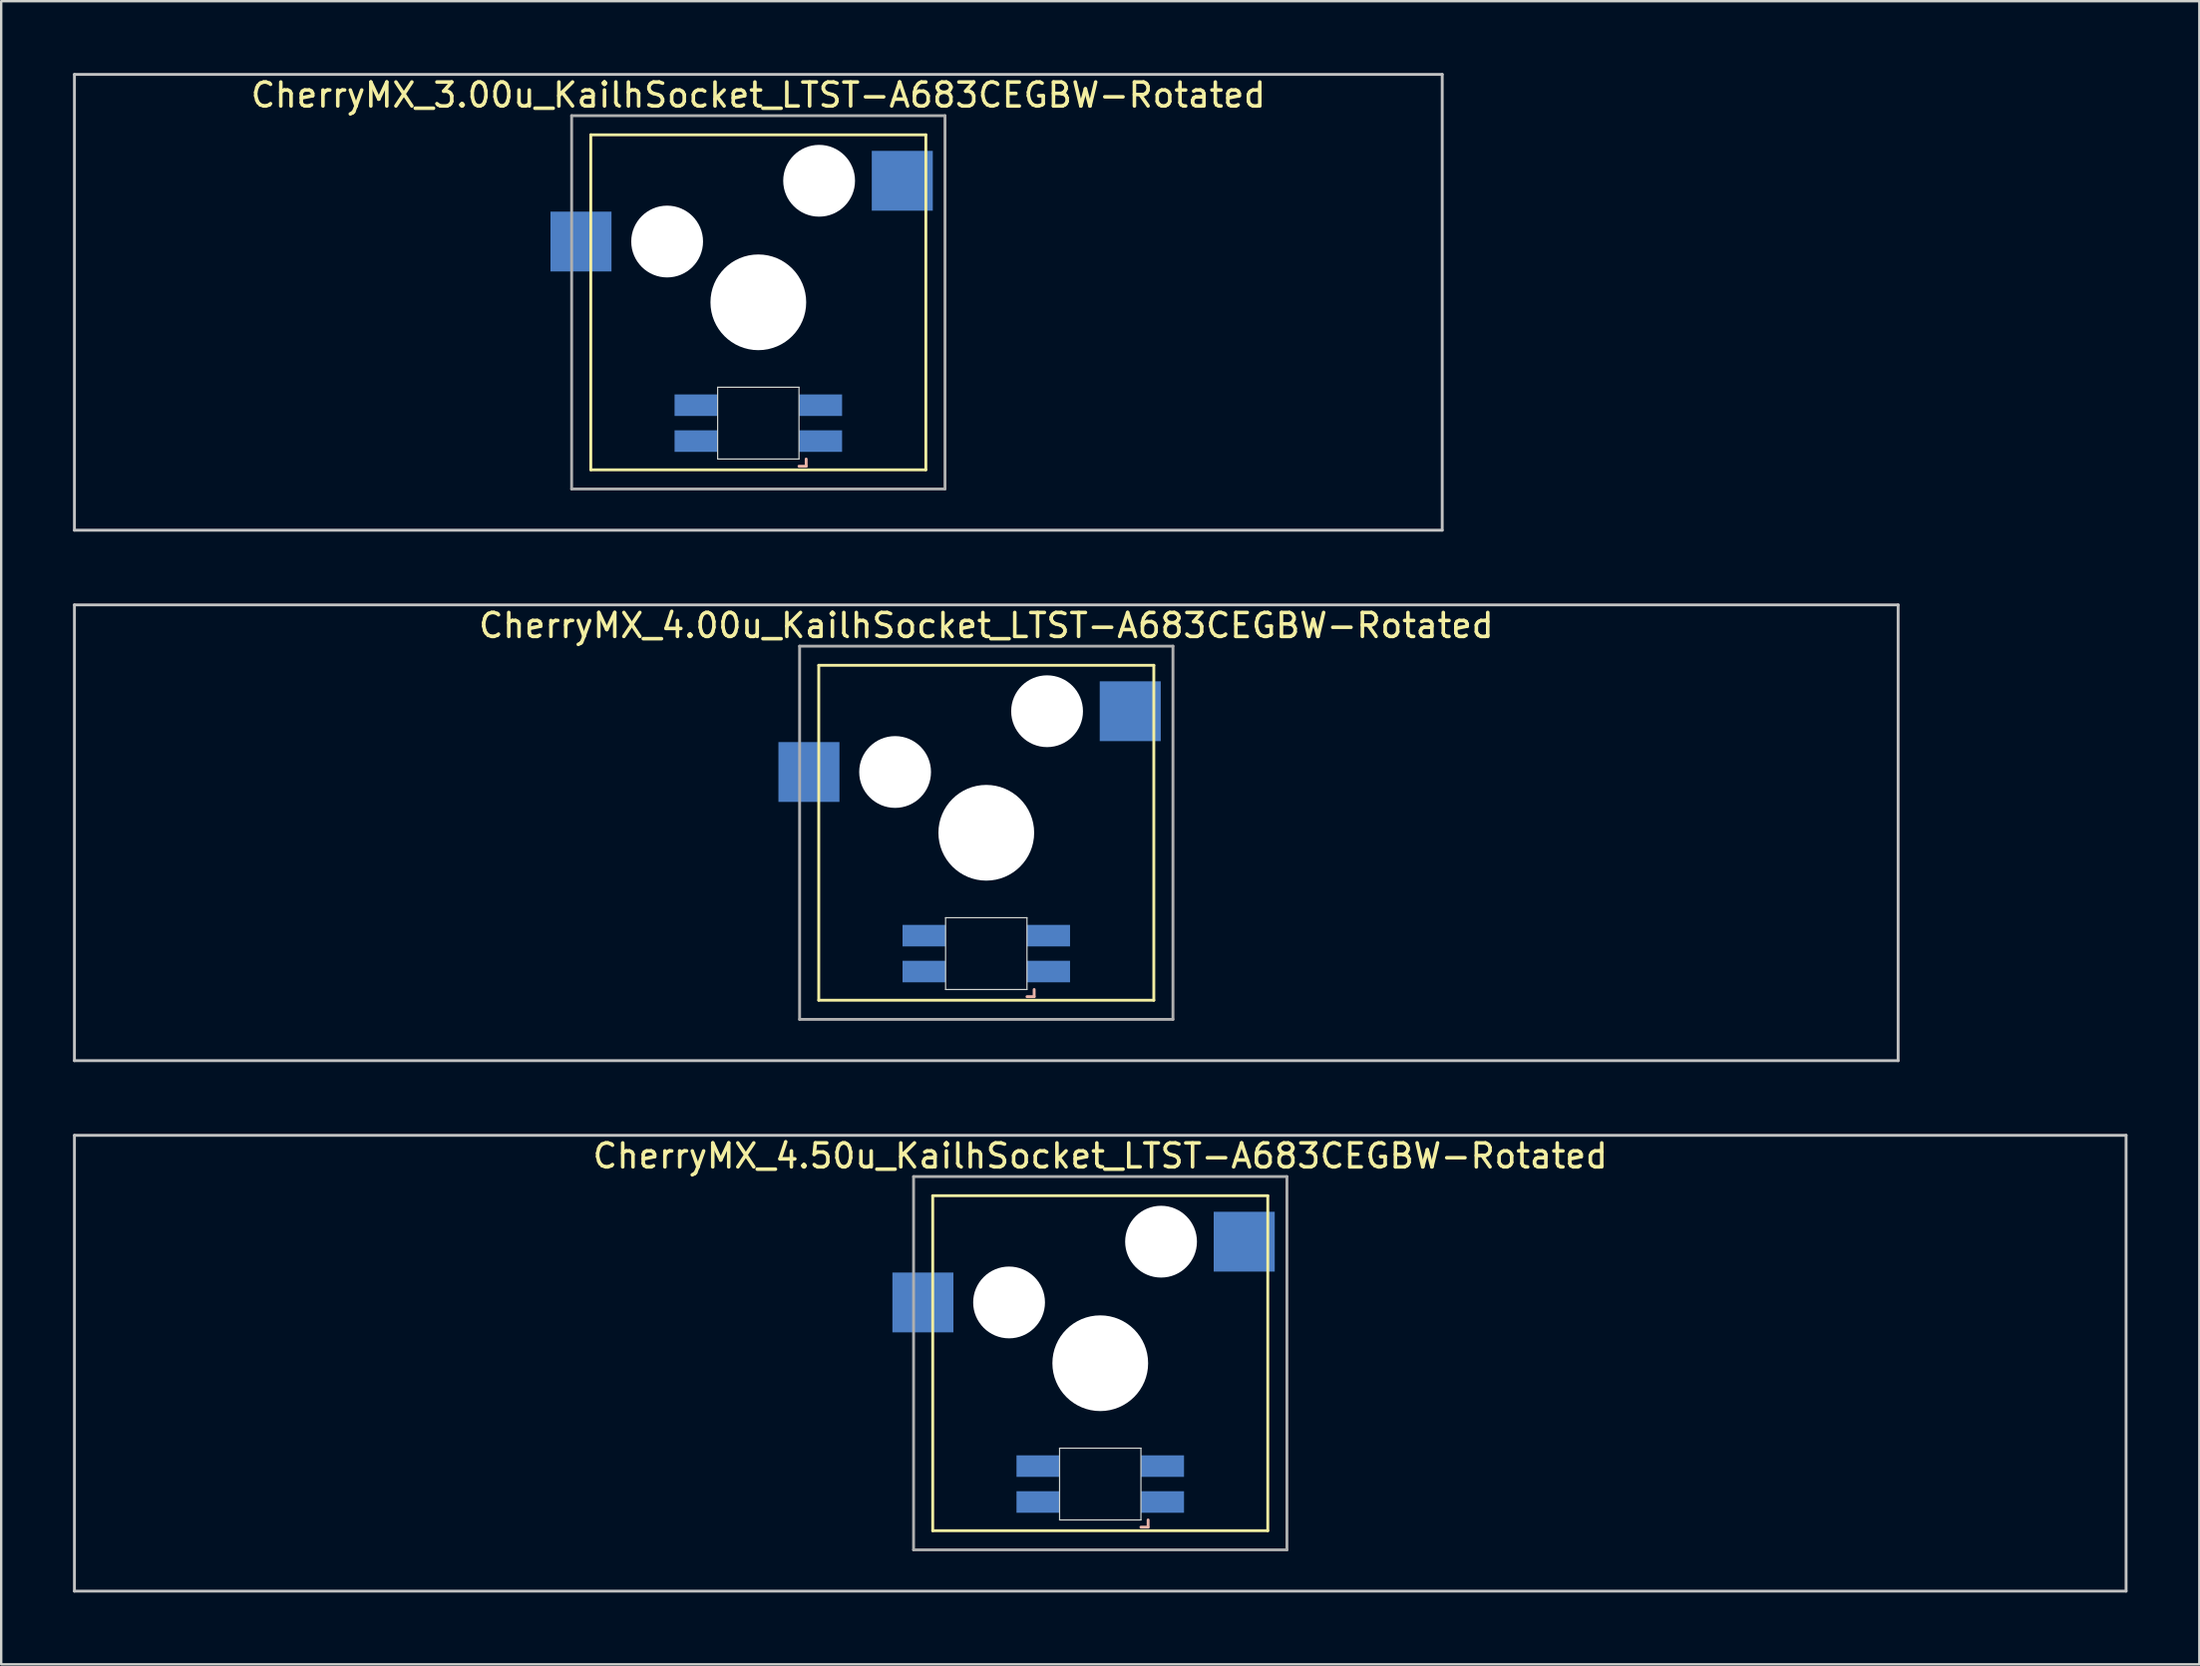
<source format=kicad_pcb>
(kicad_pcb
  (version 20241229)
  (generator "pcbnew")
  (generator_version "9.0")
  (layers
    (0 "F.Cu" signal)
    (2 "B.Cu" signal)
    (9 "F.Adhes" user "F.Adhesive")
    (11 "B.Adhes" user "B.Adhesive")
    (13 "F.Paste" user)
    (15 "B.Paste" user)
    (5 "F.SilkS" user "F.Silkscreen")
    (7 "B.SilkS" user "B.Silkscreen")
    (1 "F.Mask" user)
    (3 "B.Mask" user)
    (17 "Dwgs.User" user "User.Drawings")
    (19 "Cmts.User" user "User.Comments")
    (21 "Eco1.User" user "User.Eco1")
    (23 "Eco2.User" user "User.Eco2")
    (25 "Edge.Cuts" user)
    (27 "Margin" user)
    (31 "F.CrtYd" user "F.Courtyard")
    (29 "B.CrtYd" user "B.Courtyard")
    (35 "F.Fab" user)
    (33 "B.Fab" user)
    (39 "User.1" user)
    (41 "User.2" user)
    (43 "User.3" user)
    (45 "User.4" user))
  (footprint "CherryMX_4.50u_KailhSocket_LTST-A683CEGBW-Rotated"
    (layer "F.Cu")
    (at 42.922 53.925)
    (property "Reference" "CherryMX_4.50u_KailhSocket_LTST-A683CEGBW-Rotated" (at 0 -8.662 0) (layer "F.SilkS") (effects (font (size 1 1) (thickness 0.15))))
    (attr through_hole)
    (fp_line (start -7 -7) (end -7 7) (stroke (width 0.12) (type solid)) (layer "F.SilkS"))
    (fp_line (start -7 -7) (end 7 -7) (stroke (width 0.12) (type solid)) (layer "F.SilkS"))
    (fp_line (start 7 -7) (end 7 7) (stroke (width 0.12) (type solid)) (layer "F.SilkS"))
    (fp_line (start 7 7) (end -7 7) (stroke (width 0.12) (type solid)) (layer "F.SilkS"))
    (fp_line (start 1.7 6.85) (end 2 6.85) (stroke (width 0.12) (type solid)) (layer "B.SilkS"))
    (fp_line (start 2 6.85) (end 2 6.55) (stroke (width 0.12) (type solid)) (layer "B.SilkS"))
    (fp_line (start -42.862 -9.525) (end 42.862 -9.525) (stroke (width 0.12) (type solid)) (layer "Dwgs.User"))
    (fp_line (start -42.862 9.525) (end -42.862 -9.525) (stroke (width 0.12) (type solid)) (layer "Dwgs.User"))
    (fp_line (start 42.862 -9.525) (end 42.862 9.525) (stroke (width 0.12) (type solid)) (layer "Dwgs.User"))
    (fp_line (start 42.862 9.525) (end -42.862 9.525) (stroke (width 0.12) (type solid)) (layer "Dwgs.User"))
    (fp_line (start -1.7 3.55) (end 1.7 3.55) (stroke (width 0.05) (type solid)) (layer "Edge.Cuts"))
    (fp_line (start -1.7 6.55) (end -1.7 3.55) (stroke (width 0.05) (type solid)) (layer "Edge.Cuts"))
    (fp_line (start 1.7 3.55) (end 1.7 6.55) (stroke (width 0.05) (type solid)) (layer "Edge.Cuts"))
    (fp_line (start 1.7 6.55) (end -1.7 6.55) (stroke (width 0.05) (type solid)) (layer "Edge.Cuts"))
    (fp_line (start -7.8 -7.8) (end -7.8 7.8) (stroke (width 0.12) (type solid)) (layer "F.Fab"))
    (fp_line (start -7.8 -7.8) (end 7.8 -7.8) (stroke (width 0.12) (type solid)) (layer "F.Fab"))
    (fp_line (start -7.8 7.8) (end 7.8 7.8) (stroke (width 0.12) (type solid)) (layer "F.Fab"))
    (fp_line (start 7.8 -7.8) (end 7.8 7.8) (stroke (width 0.12) (type solid)) (layer "F.Fab"))
    (pad "" np_thru_hole circle (at -3.81 -2.54) (size 3 3) (drill 3) (layers "*.Cu" "*.Mask"))
    (pad "" np_thru_hole circle (at 0 0) (size 4 4) (drill 4) (layers "*.Cu" "*.Mask"))
    (pad "" np_thru_hole circle (at 2.54 -5.08) (size 3 3) (drill 3) (layers "*.Cu" "*.Mask"))
    (pad "1" smd rect (at -7.41 -2.54) (size 2.55 2.5) (layers "B.Cu" "B.Mask" "B.Paste"))
    (pad "2" smd rect (at 6.015 -5.08) (size 2.55 2.5) (layers "B.Cu" "B.Mask" "B.Paste"))
    (pad "3" smd rect (at 2.6 5.8) (size 1.8 0.9) (layers "B.Cu" "B.Mask" "B.Paste"))
    (pad "4" smd rect (at 2.6 4.3) (size 1.8 0.9) (layers "B.Cu" "B.Mask" "B.Paste"))
    (pad "5" smd rect (at -2.6 5.8) (size 1.8 0.9) (layers "B.Cu" "B.Mask" "B.Paste"))
    (pad "6" smd rect (at -2.6 4.3) (size 1.8 0.9) (layers "B.Cu" "B.Mask" "B.Paste")))
  (footprint "CherryMX_3.00u_KailhSocket_LTST-A683CEGBW-Rotated"
    (layer "F.Cu")
    (at 28.635 9.585)
    (property "Reference" "CherryMX_3.00u_KailhSocket_LTST-A683CEGBW-Rotated" (at 0 -8.662 0) (layer "F.SilkS") (effects (font (size 1 1) (thickness 0.15))))
    (attr through_hole)
    (fp_line (start -7 -7) (end -7 7) (stroke (width 0.12) (type solid)) (layer "F.SilkS"))
    (fp_line (start -7 -7) (end 7 -7) (stroke (width 0.12) (type solid)) (layer "F.SilkS"))
    (fp_line (start 7 -7) (end 7 7) (stroke (width 0.12) (type solid)) (layer "F.SilkS"))
    (fp_line (start 7 7) (end -7 7) (stroke (width 0.12) (type solid)) (layer "F.SilkS"))
    (fp_line (start 1.7 6.85) (end 2 6.85) (stroke (width 0.12) (type solid)) (layer "B.SilkS"))
    (fp_line (start 2 6.85) (end 2 6.55) (stroke (width 0.12) (type solid)) (layer "B.SilkS"))
    (fp_line (start -28.575 -9.525) (end 28.575 -9.525) (stroke (width 0.12) (type solid)) (layer "Dwgs.User"))
    (fp_line (start -28.575 9.525) (end -28.575 -9.525) (stroke (width 0.12) (type solid)) (layer "Dwgs.User"))
    (fp_line (start 28.575 -9.525) (end 28.575 9.525) (stroke (width 0.12) (type solid)) (layer "Dwgs.User"))
    (fp_line (start 28.575 9.525) (end -28.575 9.525) (stroke (width 0.12) (type solid)) (layer "Dwgs.User"))
    (fp_line (start -1.7 3.55) (end 1.7 3.55) (stroke (width 0.05) (type solid)) (layer "Edge.Cuts"))
    (fp_line (start -1.7 6.55) (end -1.7 3.55) (stroke (width 0.05) (type solid)) (layer "Edge.Cuts"))
    (fp_line (start 1.7 3.55) (end 1.7 6.55) (stroke (width 0.05) (type solid)) (layer "Edge.Cuts"))
    (fp_line (start 1.7 6.55) (end -1.7 6.55) (stroke (width 0.05) (type solid)) (layer "Edge.Cuts"))
    (fp_line (start -7.8 -7.8) (end -7.8 7.8) (stroke (width 0.12) (type solid)) (layer "F.Fab"))
    (fp_line (start -7.8 -7.8) (end 7.8 -7.8) (stroke (width 0.12) (type solid)) (layer "F.Fab"))
    (fp_line (start -7.8 7.8) (end 7.8 7.8) (stroke (width 0.12) (type solid)) (layer "F.Fab"))
    (fp_line (start 7.8 -7.8) (end 7.8 7.8) (stroke (width 0.12) (type solid)) (layer "F.Fab"))
    (pad "" np_thru_hole circle (at -3.81 -2.54) (size 3 3) (drill 3) (layers "*.Cu" "*.Mask"))
    (pad "" np_thru_hole circle (at 0 0) (size 4 4) (drill 4) (layers "*.Cu" "*.Mask"))
    (pad "" np_thru_hole circle (at 2.54 -5.08) (size 3 3) (drill 3) (layers "*.Cu" "*.Mask"))
    (pad "1" smd rect (at -7.41 -2.54) (size 2.55 2.5) (layers "B.Cu" "B.Mask" "B.Paste"))
    (pad "2" smd rect (at 6.015 -5.08) (size 2.55 2.5) (layers "B.Cu" "B.Mask" "B.Paste"))
    (pad "3" smd rect (at 2.6 5.8) (size 1.8 0.9) (layers "B.Cu" "B.Mask" "B.Paste"))
    (pad "4" smd rect (at 2.6 4.3) (size 1.8 0.9) (layers "B.Cu" "B.Mask" "B.Paste"))
    (pad "5" smd rect (at -2.6 5.8) (size 1.8 0.9) (layers "B.Cu" "B.Mask" "B.Paste"))
    (pad "6" smd rect (at -2.6 4.3) (size 1.8 0.9) (layers "B.Cu" "B.Mask" "B.Paste")))
  (footprint "CherryMX_4.00u_KailhSocket_LTST-A683CEGBW-Rotated"
    (layer "F.Cu")
    (at 38.16 31.755)
    (property "Reference" "CherryMX_4.00u_KailhSocket_LTST-A683CEGBW-Rotated" (at 0 -8.662 0) (layer "F.SilkS") (effects (font (size 1 1) (thickness 0.15))))
    (attr through_hole)
    (fp_line (start -7 -7) (end -7 7) (stroke (width 0.12) (type solid)) (layer "F.SilkS"))
    (fp_line (start -7 -7) (end 7 -7) (stroke (width 0.12) (type solid)) (layer "F.SilkS"))
    (fp_line (start 7 -7) (end 7 7) (stroke (width 0.12) (type solid)) (layer "F.SilkS"))
    (fp_line (start 7 7) (end -7 7) (stroke (width 0.12) (type solid)) (layer "F.SilkS"))
    (fp_line (start 1.7 6.85) (end 2 6.85) (stroke (width 0.12) (type solid)) (layer "B.SilkS"))
    (fp_line (start 2 6.85) (end 2 6.55) (stroke (width 0.12) (type solid)) (layer "B.SilkS"))
    (fp_line (start -38.1 -9.525) (end 38.1 -9.525) (stroke (width 0.12) (type solid)) (layer "Dwgs.User"))
    (fp_line (start -38.1 9.525) (end -38.1 -9.525) (stroke (width 0.12) (type solid)) (layer "Dwgs.User"))
    (fp_line (start 38.1 -9.525) (end 38.1 9.525) (stroke (width 0.12) (type solid)) (layer "Dwgs.User"))
    (fp_line (start 38.1 9.525) (end -38.1 9.525) (stroke (width 0.12) (type solid)) (layer "Dwgs.User"))
    (fp_line (start -1.7 3.55) (end 1.7 3.55) (stroke (width 0.05) (type solid)) (layer "Edge.Cuts"))
    (fp_line (start -1.7 6.55) (end -1.7 3.55) (stroke (width 0.05) (type solid)) (layer "Edge.Cuts"))
    (fp_line (start 1.7 3.55) (end 1.7 6.55) (stroke (width 0.05) (type solid)) (layer "Edge.Cuts"))
    (fp_line (start 1.7 6.55) (end -1.7 6.55) (stroke (width 0.05) (type solid)) (layer "Edge.Cuts"))
    (fp_line (start -7.8 -7.8) (end -7.8 7.8) (stroke (width 0.12) (type solid)) (layer "F.Fab"))
    (fp_line (start -7.8 -7.8) (end 7.8 -7.8) (stroke (width 0.12) (type solid)) (layer "F.Fab"))
    (fp_line (start -7.8 7.8) (end 7.8 7.8) (stroke (width 0.12) (type solid)) (layer "F.Fab"))
    (fp_line (start 7.8 -7.8) (end 7.8 7.8) (stroke (width 0.12) (type solid)) (layer "F.Fab"))
    (pad "" np_thru_hole circle (at -3.81 -2.54) (size 3 3) (drill 3) (layers "*.Cu" "*.Mask"))
    (pad "" np_thru_hole circle (at 0 0) (size 4 4) (drill 4) (layers "*.Cu" "*.Mask"))
    (pad "" np_thru_hole circle (at 2.54 -5.08) (size 3 3) (drill 3) (layers "*.Cu" "*.Mask"))
    (pad "1" smd rect (at -7.41 -2.54) (size 2.55 2.5) (layers "B.Cu" "B.Mask" "B.Paste"))
    (pad "2" smd rect (at 6.015 -5.08) (size 2.55 2.5) (layers "B.Cu" "B.Mask" "B.Paste"))
    (pad "3" smd rect (at 2.6 5.8) (size 1.8 0.9) (layers "B.Cu" "B.Mask" "B.Paste"))
    (pad "4" smd rect (at 2.6 4.3) (size 1.8 0.9) (layers "B.Cu" "B.Mask" "B.Paste"))
    (pad "5" smd rect (at -2.6 5.8) (size 1.8 0.9) (layers "B.Cu" "B.Mask" "B.Paste"))
    (pad "6" smd rect (at -2.6 4.3) (size 1.8 0.9) (layers "B.Cu" "B.Mask" "B.Paste")))
  (gr_rect
    (start -3 -3)
    (end 88.845 66.51)
    (stroke (width 0.1) (type default))
    (fill no)
    (layer "Edge.Cuts")))
</source>
